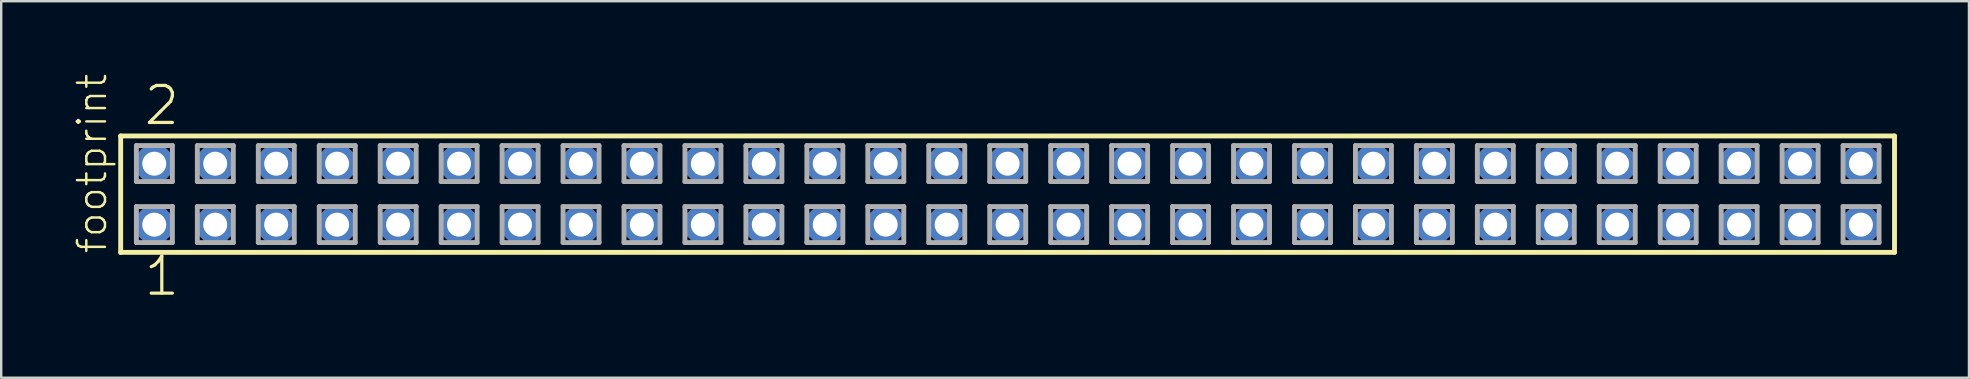
<source format=kicad_pcb>
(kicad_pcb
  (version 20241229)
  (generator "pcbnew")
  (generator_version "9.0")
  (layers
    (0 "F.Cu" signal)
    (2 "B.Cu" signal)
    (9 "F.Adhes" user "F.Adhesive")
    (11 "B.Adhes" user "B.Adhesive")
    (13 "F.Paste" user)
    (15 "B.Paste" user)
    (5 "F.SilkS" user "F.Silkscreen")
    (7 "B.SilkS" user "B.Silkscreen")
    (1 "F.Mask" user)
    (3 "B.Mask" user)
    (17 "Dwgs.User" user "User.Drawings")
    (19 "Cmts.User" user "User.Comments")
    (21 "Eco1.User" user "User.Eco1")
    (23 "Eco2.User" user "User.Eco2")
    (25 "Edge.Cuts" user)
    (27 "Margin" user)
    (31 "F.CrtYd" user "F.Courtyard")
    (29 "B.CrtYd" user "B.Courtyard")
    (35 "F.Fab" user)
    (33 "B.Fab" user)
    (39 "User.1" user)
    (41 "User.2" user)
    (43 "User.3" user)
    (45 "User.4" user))
  (footprint "footprint"
    (layer "F.Cu")
    (at 38.938 5.042)
    (property "Reference" "footprint" (at -37.465 2.54 90) (layer "F.SilkS") (effects (font (size 1.168 1.168) (thickness 0.102)) (justify left bottom)))
    (fp_line (start -36.959 -2.425) (end 36.959 -2.425) (stroke (width 0.203) (type solid)) (layer "F.SilkS"))
    (fp_line (start -36.959 2.425) (end -36.959 -2.425) (stroke (width 0.203) (type solid)) (layer "F.SilkS"))
    (fp_line (start 36.959 -2.425) (end 36.959 2.425) (stroke (width 0.203) (type solid)) (layer "F.SilkS"))
    (fp_line (start 36.959 2.425) (end -36.959 2.425) (stroke (width 0.203) (type solid)) (layer "F.SilkS"))
    (fp_line (start -36.305 -2.025) (end -34.805 -2.025) (stroke (width 0.203) (type solid)) (layer "F.Fab"))
    (fp_line (start -36.305 -0.525) (end -36.305 -2.025) (stroke (width 0.203) (type solid)) (layer "F.Fab"))
    (fp_line (start -36.305 0.515) (end -34.805 0.515) (stroke (width 0.203) (type solid)) (layer "F.Fab"))
    (fp_line (start -36.305 2.015) (end -36.305 0.515) (stroke (width 0.203) (type solid)) (layer "F.Fab"))
    (fp_line (start -34.805 -2.025) (end -34.805 -0.525) (stroke (width 0.203) (type solid)) (layer "F.Fab"))
    (fp_line (start -34.805 -0.525) (end -36.305 -0.525) (stroke (width 0.203) (type solid)) (layer "F.Fab"))
    (fp_line (start -34.805 0.515) (end -34.805 2.015) (stroke (width 0.203) (type solid)) (layer "F.Fab"))
    (fp_line (start -34.805 2.015) (end -36.305 2.015) (stroke (width 0.203) (type solid)) (layer "F.Fab"))
    (fp_line (start -33.765 -2.025) (end -32.265 -2.025) (stroke (width 0.203) (type solid)) (layer "F.Fab"))
    (fp_line (start -33.765 -0.525) (end -33.765 -2.025) (stroke (width 0.203) (type solid)) (layer "F.Fab"))
    (fp_line (start -33.765 0.515) (end -32.265 0.515) (stroke (width 0.203) (type solid)) (layer "F.Fab"))
    (fp_line (start -33.765 2.015) (end -33.765 0.515) (stroke (width 0.203) (type solid)) (layer "F.Fab"))
    (fp_line (start -32.265 -2.025) (end -32.265 -0.525) (stroke (width 0.203) (type solid)) (layer "F.Fab"))
    (fp_line (start -32.265 -0.525) (end -33.765 -0.525) (stroke (width 0.203) (type solid)) (layer "F.Fab"))
    (fp_line (start -32.265 0.515) (end -32.265 2.015) (stroke (width 0.203) (type solid)) (layer "F.Fab"))
    (fp_line (start -32.265 2.015) (end -33.765 2.015) (stroke (width 0.203) (type solid)) (layer "F.Fab"))
    (fp_line (start -31.225 -2.025) (end -29.725 -2.025) (stroke (width 0.203) (type solid)) (layer "F.Fab"))
    (fp_line (start -31.225 -0.525) (end -31.225 -2.025) (stroke (width 0.203) (type solid)) (layer "F.Fab"))
    (fp_line (start -31.225 0.515) (end -29.725 0.515) (stroke (width 0.203) (type solid)) (layer "F.Fab"))
    (fp_line (start -31.225 2.015) (end -31.225 0.515) (stroke (width 0.203) (type solid)) (layer "F.Fab"))
    (fp_line (start -29.725 -2.025) (end -29.725 -0.525) (stroke (width 0.203) (type solid)) (layer "F.Fab"))
    (fp_line (start -29.725 -0.525) (end -31.225 -0.525) (stroke (width 0.203) (type solid)) (layer "F.Fab"))
    (fp_line (start -29.725 0.515) (end -29.725 2.015) (stroke (width 0.203) (type solid)) (layer "F.Fab"))
    (fp_line (start -29.725 2.015) (end -31.225 2.015) (stroke (width 0.203) (type solid)) (layer "F.Fab"))
    (fp_line (start -28.685 -2.025) (end -27.185 -2.025) (stroke (width 0.203) (type solid)) (layer "F.Fab"))
    (fp_line (start -28.685 -0.525) (end -28.685 -2.025) (stroke (width 0.203) (type solid)) (layer "F.Fab"))
    (fp_line (start -28.685 0.515) (end -27.185 0.515) (stroke (width 0.203) (type solid)) (layer "F.Fab"))
    (fp_line (start -28.685 2.015) (end -28.685 0.515) (stroke (width 0.203) (type solid)) (layer "F.Fab"))
    (fp_line (start -27.185 -2.025) (end -27.185 -0.525) (stroke (width 0.203) (type solid)) (layer "F.Fab"))
    (fp_line (start -27.185 -0.525) (end -28.685 -0.525) (stroke (width 0.203) (type solid)) (layer "F.Fab"))
    (fp_line (start -27.185 0.515) (end -27.185 2.015) (stroke (width 0.203) (type solid)) (layer "F.Fab"))
    (fp_line (start -27.185 2.015) (end -28.685 2.015) (stroke (width 0.203) (type solid)) (layer "F.Fab"))
    (fp_line (start -26.145 -2.025) (end -24.645 -2.025) (stroke (width 0.203) (type solid)) (layer "F.Fab"))
    (fp_line (start -26.145 -0.525) (end -26.145 -2.025) (stroke (width 0.203) (type solid)) (layer "F.Fab"))
    (fp_line (start -26.145 0.515) (end -24.645 0.515) (stroke (width 0.203) (type solid)) (layer "F.Fab"))
    (fp_line (start -26.145 2.015) (end -26.145 0.515) (stroke (width 0.203) (type solid)) (layer "F.Fab"))
    (fp_line (start -24.645 -2.025) (end -24.645 -0.525) (stroke (width 0.203) (type solid)) (layer "F.Fab"))
    (fp_line (start -24.645 -0.525) (end -26.145 -0.525) (stroke (width 0.203) (type solid)) (layer "F.Fab"))
    (fp_line (start -24.645 0.515) (end -24.645 2.015) (stroke (width 0.203) (type solid)) (layer "F.Fab"))
    (fp_line (start -24.645 2.015) (end -26.145 2.015) (stroke (width 0.203) (type solid)) (layer "F.Fab"))
    (fp_line (start -23.605 -2.025) (end -22.105 -2.025) (stroke (width 0.203) (type solid)) (layer "F.Fab"))
    (fp_line (start -23.605 -0.525) (end -23.605 -2.025) (stroke (width 0.203) (type solid)) (layer "F.Fab"))
    (fp_line (start -23.605 0.515) (end -22.105 0.515) (stroke (width 0.203) (type solid)) (layer "F.Fab"))
    (fp_line (start -23.605 2.015) (end -23.605 0.515) (stroke (width 0.203) (type solid)) (layer "F.Fab"))
    (fp_line (start -22.105 -2.025) (end -22.105 -0.525) (stroke (width 0.203) (type solid)) (layer "F.Fab"))
    (fp_line (start -22.105 -0.525) (end -23.605 -0.525) (stroke (width 0.203) (type solid)) (layer "F.Fab"))
    (fp_line (start -22.105 0.515) (end -22.105 2.015) (stroke (width 0.203) (type solid)) (layer "F.Fab"))
    (fp_line (start -22.105 2.015) (end -23.605 2.015) (stroke (width 0.203) (type solid)) (layer "F.Fab"))
    (fp_line (start -21.065 -2.025) (end -19.565 -2.025) (stroke (width 0.203) (type solid)) (layer "F.Fab"))
    (fp_line (start -21.065 -0.525) (end -21.065 -2.025) (stroke (width 0.203) (type solid)) (layer "F.Fab"))
    (fp_line (start -21.065 0.515) (end -19.565 0.515) (stroke (width 0.203) (type solid)) (layer "F.Fab"))
    (fp_line (start -21.065 2.015) (end -21.065 0.515) (stroke (width 0.203) (type solid)) (layer "F.Fab"))
    (fp_line (start -19.565 -2.025) (end -19.565 -0.525) (stroke (width 0.203) (type solid)) (layer "F.Fab"))
    (fp_line (start -19.565 -0.525) (end -21.065 -0.525) (stroke (width 0.203) (type solid)) (layer "F.Fab"))
    (fp_line (start -19.565 0.515) (end -19.565 2.015) (stroke (width 0.203) (type solid)) (layer "F.Fab"))
    (fp_line (start -19.565 2.015) (end -21.065 2.015) (stroke (width 0.203) (type solid)) (layer "F.Fab"))
    (fp_line (start -18.525 -2.025) (end -17.025 -2.025) (stroke (width 0.203) (type solid)) (layer "F.Fab"))
    (fp_line (start -18.525 -0.525) (end -18.525 -2.025) (stroke (width 0.203) (type solid)) (layer "F.Fab"))
    (fp_line (start -18.525 0.515) (end -17.025 0.515) (stroke (width 0.203) (type solid)) (layer "F.Fab"))
    (fp_line (start -18.525 2.015) (end -18.525 0.515) (stroke (width 0.203) (type solid)) (layer "F.Fab"))
    (fp_line (start -17.025 -2.025) (end -17.025 -0.525) (stroke (width 0.203) (type solid)) (layer "F.Fab"))
    (fp_line (start -17.025 -0.525) (end -18.525 -0.525) (stroke (width 0.203) (type solid)) (layer "F.Fab"))
    (fp_line (start -17.025 0.515) (end -17.025 2.015) (stroke (width 0.203) (type solid)) (layer "F.Fab"))
    (fp_line (start -17.025 2.015) (end -18.525 2.015) (stroke (width 0.203) (type solid)) (layer "F.Fab"))
    (fp_line (start -15.985 -2.025) (end -14.485 -2.025) (stroke (width 0.203) (type solid)) (layer "F.Fab"))
    (fp_line (start -15.985 -0.525) (end -15.985 -2.025) (stroke (width 0.203) (type solid)) (layer "F.Fab"))
    (fp_line (start -15.985 0.515) (end -14.485 0.515) (stroke (width 0.203) (type solid)) (layer "F.Fab"))
    (fp_line (start -15.985 2.015) (end -15.985 0.515) (stroke (width 0.203) (type solid)) (layer "F.Fab"))
    (fp_line (start -14.485 -2.025) (end -14.485 -0.525) (stroke (width 0.203) (type solid)) (layer "F.Fab"))
    (fp_line (start -14.485 -0.525) (end -15.985 -0.525) (stroke (width 0.203) (type solid)) (layer "F.Fab"))
    (fp_line (start -14.485 0.515) (end -14.485 2.015) (stroke (width 0.203) (type solid)) (layer "F.Fab"))
    (fp_line (start -14.485 2.015) (end -15.985 2.015) (stroke (width 0.203) (type solid)) (layer "F.Fab"))
    (fp_line (start -13.445 -2.025) (end -11.945 -2.025) (stroke (width 0.203) (type solid)) (layer "F.Fab"))
    (fp_line (start -13.445 -0.525) (end -13.445 -2.025) (stroke (width 0.203) (type solid)) (layer "F.Fab"))
    (fp_line (start -13.445 0.515) (end -11.945 0.515) (stroke (width 0.203) (type solid)) (layer "F.Fab"))
    (fp_line (start -13.445 2.015) (end -13.445 0.515) (stroke (width 0.203) (type solid)) (layer "F.Fab"))
    (fp_line (start -11.945 -2.025) (end -11.945 -0.525) (stroke (width 0.203) (type solid)) (layer "F.Fab"))
    (fp_line (start -11.945 -0.525) (end -13.445 -0.525) (stroke (width 0.203) (type solid)) (layer "F.Fab"))
    (fp_line (start -11.945 0.515) (end -11.945 2.015) (stroke (width 0.203) (type solid)) (layer "F.Fab"))
    (fp_line (start -11.945 2.015) (end -13.445 2.015) (stroke (width 0.203) (type solid)) (layer "F.Fab"))
    (fp_line (start -10.905 -2.025) (end -9.405 -2.025) (stroke (width 0.203) (type solid)) (layer "F.Fab"))
    (fp_line (start -10.905 -0.525) (end -10.905 -2.025) (stroke (width 0.203) (type solid)) (layer "F.Fab"))
    (fp_line (start -10.905 0.515) (end -9.405 0.515) (stroke (width 0.203) (type solid)) (layer "F.Fab"))
    (fp_line (start -10.905 2.015) (end -10.905 0.515) (stroke (width 0.203) (type solid)) (layer "F.Fab"))
    (fp_line (start -9.405 -2.025) (end -9.405 -0.525) (stroke (width 0.203) (type solid)) (layer "F.Fab"))
    (fp_line (start -9.405 -0.525) (end -10.905 -0.525) (stroke (width 0.203) (type solid)) (layer "F.Fab"))
    (fp_line (start -9.405 0.515) (end -9.405 2.015) (stroke (width 0.203) (type solid)) (layer "F.Fab"))
    (fp_line (start -9.405 2.015) (end -10.905 2.015) (stroke (width 0.203) (type solid)) (layer "F.Fab"))
    (fp_line (start -8.365 -2.025) (end -6.865 -2.025) (stroke (width 0.203) (type solid)) (layer "F.Fab"))
    (fp_line (start -8.365 -0.525) (end -8.365 -2.025) (stroke (width 0.203) (type solid)) (layer "F.Fab"))
    (fp_line (start -8.365 0.515) (end -6.865 0.515) (stroke (width 0.203) (type solid)) (layer "F.Fab"))
    (fp_line (start -8.365 2.015) (end -8.365 0.515) (stroke (width 0.203) (type solid)) (layer "F.Fab"))
    (fp_line (start -6.865 -2.025) (end -6.865 -0.525) (stroke (width 0.203) (type solid)) (layer "F.Fab"))
    (fp_line (start -6.865 -0.525) (end -8.365 -0.525) (stroke (width 0.203) (type solid)) (layer "F.Fab"))
    (fp_line (start -6.865 0.515) (end -6.865 2.015) (stroke (width 0.203) (type solid)) (layer "F.Fab"))
    (fp_line (start -6.865 2.015) (end -8.365 2.015) (stroke (width 0.203) (type solid)) (layer "F.Fab"))
    (fp_line (start -5.825 -2.025) (end -4.325 -2.025) (stroke (width 0.203) (type solid)) (layer "F.Fab"))
    (fp_line (start -5.825 -0.525) (end -5.825 -2.025) (stroke (width 0.203) (type solid)) (layer "F.Fab"))
    (fp_line (start -5.825 0.515) (end -4.325 0.515) (stroke (width 0.203) (type solid)) (layer "F.Fab"))
    (fp_line (start -5.825 2.015) (end -5.825 0.515) (stroke (width 0.203) (type solid)) (layer "F.Fab"))
    (fp_line (start -4.325 -2.025) (end -4.325 -0.525) (stroke (width 0.203) (type solid)) (layer "F.Fab"))
    (fp_line (start -4.325 -0.525) (end -5.825 -0.525) (stroke (width 0.203) (type solid)) (layer "F.Fab"))
    (fp_line (start -4.325 0.515) (end -4.325 2.015) (stroke (width 0.203) (type solid)) (layer "F.Fab"))
    (fp_line (start -4.325 2.015) (end -5.825 2.015) (stroke (width 0.203) (type solid)) (layer "F.Fab"))
    (fp_line (start -3.285 -2.025) (end -1.785 -2.025) (stroke (width 0.203) (type solid)) (layer "F.Fab"))
    (fp_line (start -3.285 -0.525) (end -3.285 -2.025) (stroke (width 0.203) (type solid)) (layer "F.Fab"))
    (fp_line (start -3.285 0.515) (end -1.785 0.515) (stroke (width 0.203) (type solid)) (layer "F.Fab"))
    (fp_line (start -3.285 2.015) (end -3.285 0.515) (stroke (width 0.203) (type solid)) (layer "F.Fab"))
    (fp_line (start -1.785 -2.025) (end -1.785 -0.525) (stroke (width 0.203) (type solid)) (layer "F.Fab"))
    (fp_line (start -1.785 -0.525) (end -3.285 -0.525) (stroke (width 0.203) (type solid)) (layer "F.Fab"))
    (fp_line (start -1.785 0.515) (end -1.785 2.015) (stroke (width 0.203) (type solid)) (layer "F.Fab"))
    (fp_line (start -1.785 2.015) (end -3.285 2.015) (stroke (width 0.203) (type solid)) (layer "F.Fab"))
    (fp_line (start -0.745 -2.025) (end 0.755 -2.025) (stroke (width 0.203) (type solid)) (layer "F.Fab"))
    (fp_line (start -0.745 -0.525) (end -0.745 -2.025) (stroke (width 0.203) (type solid)) (layer "F.Fab"))
    (fp_line (start -0.745 0.515) (end 0.755 0.515) (stroke (width 0.203) (type solid)) (layer "F.Fab"))
    (fp_line (start -0.745 2.015) (end -0.745 0.515) (stroke (width 0.203) (type solid)) (layer "F.Fab"))
    (fp_line (start 0.755 -2.025) (end 0.755 -0.525) (stroke (width 0.203) (type solid)) (layer "F.Fab"))
    (fp_line (start 0.755 -0.525) (end -0.745 -0.525) (stroke (width 0.203) (type solid)) (layer "F.Fab"))
    (fp_line (start 0.755 0.515) (end 0.755 2.015) (stroke (width 0.203) (type solid)) (layer "F.Fab"))
    (fp_line (start 0.755 2.015) (end -0.745 2.015) (stroke (width 0.203) (type solid)) (layer "F.Fab"))
    (fp_line (start 1.795 -2.025) (end 3.295 -2.025) (stroke (width 0.203) (type solid)) (layer "F.Fab"))
    (fp_line (start 1.795 -0.525) (end 1.795 -2.025) (stroke (width 0.203) (type solid)) (layer "F.Fab"))
    (fp_line (start 1.795 0.515) (end 3.295 0.515) (stroke (width 0.203) (type solid)) (layer "F.Fab"))
    (fp_line (start 1.795 2.015) (end 1.795 0.515) (stroke (width 0.203) (type solid)) (layer "F.Fab"))
    (fp_line (start 3.295 -2.025) (end 3.295 -0.525) (stroke (width 0.203) (type solid)) (layer "F.Fab"))
    (fp_line (start 3.295 -0.525) (end 1.795 -0.525) (stroke (width 0.203) (type solid)) (layer "F.Fab"))
    (fp_line (start 3.295 0.515) (end 3.295 2.015) (stroke (width 0.203) (type solid)) (layer "F.Fab"))
    (fp_line (start 3.295 2.015) (end 1.795 2.015) (stroke (width 0.203) (type solid)) (layer "F.Fab"))
    (fp_line (start 4.335 -2.025) (end 5.835 -2.025) (stroke (width 0.203) (type solid)) (layer "F.Fab"))
    (fp_line (start 4.335 -0.525) (end 4.335 -2.025) (stroke (width 0.203) (type solid)) (layer "F.Fab"))
    (fp_line (start 4.335 0.515) (end 5.835 0.515) (stroke (width 0.203) (type solid)) (layer "F.Fab"))
    (fp_line (start 4.335 2.015) (end 4.335 0.515) (stroke (width 0.203) (type solid)) (layer "F.Fab"))
    (fp_line (start 5.835 -2.025) (end 5.835 -0.525) (stroke (width 0.203) (type solid)) (layer "F.Fab"))
    (fp_line (start 5.835 -0.525) (end 4.335 -0.525) (stroke (width 0.203) (type solid)) (layer "F.Fab"))
    (fp_line (start 5.835 0.515) (end 5.835 2.015) (stroke (width 0.203) (type solid)) (layer "F.Fab"))
    (fp_line (start 5.835 2.015) (end 4.335 2.015) (stroke (width 0.203) (type solid)) (layer "F.Fab"))
    (fp_line (start 6.875 -2.025) (end 8.375 -2.025) (stroke (width 0.203) (type solid)) (layer "F.Fab"))
    (fp_line (start 6.875 -0.525) (end 6.875 -2.025) (stroke (width 0.203) (type solid)) (layer "F.Fab"))
    (fp_line (start 6.875 0.515) (end 8.375 0.515) (stroke (width 0.203) (type solid)) (layer "F.Fab"))
    (fp_line (start 6.875 2.015) (end 6.875 0.515) (stroke (width 0.203) (type solid)) (layer "F.Fab"))
    (fp_line (start 8.375 -2.025) (end 8.375 -0.525) (stroke (width 0.203) (type solid)) (layer "F.Fab"))
    (fp_line (start 8.375 -0.525) (end 6.875 -0.525) (stroke (width 0.203) (type solid)) (layer "F.Fab"))
    (fp_line (start 8.375 0.515) (end 8.375 2.015) (stroke (width 0.203) (type solid)) (layer "F.Fab"))
    (fp_line (start 8.375 2.015) (end 6.875 2.015) (stroke (width 0.203) (type solid)) (layer "F.Fab"))
    (fp_line (start 9.415 -2.025) (end 10.915 -2.025) (stroke (width 0.203) (type solid)) (layer "F.Fab"))
    (fp_line (start 9.415 -0.525) (end 9.415 -2.025) (stroke (width 0.203) (type solid)) (layer "F.Fab"))
    (fp_line (start 9.415 0.515) (end 10.915 0.515) (stroke (width 0.203) (type solid)) (layer "F.Fab"))
    (fp_line (start 9.415 2.015) (end 9.415 0.515) (stroke (width 0.203) (type solid)) (layer "F.Fab"))
    (fp_line (start 10.915 -2.025) (end 10.915 -0.525) (stroke (width 0.203) (type solid)) (layer "F.Fab"))
    (fp_line (start 10.915 -0.525) (end 9.415 -0.525) (stroke (width 0.203) (type solid)) (layer "F.Fab"))
    (fp_line (start 10.915 0.515) (end 10.915 2.015) (stroke (width 0.203) (type solid)) (layer "F.Fab"))
    (fp_line (start 10.915 2.015) (end 9.415 2.015) (stroke (width 0.203) (type solid)) (layer "F.Fab"))
    (fp_line (start 11.955 -2.025) (end 13.455 -2.025) (stroke (width 0.203) (type solid)) (layer "F.Fab"))
    (fp_line (start 11.955 -0.525) (end 11.955 -2.025) (stroke (width 0.203) (type solid)) (layer "F.Fab"))
    (fp_line (start 11.955 0.515) (end 13.455 0.515) (stroke (width 0.203) (type solid)) (layer "F.Fab"))
    (fp_line (start 11.955 2.015) (end 11.955 0.515) (stroke (width 0.203) (type solid)) (layer "F.Fab"))
    (fp_line (start 13.455 -2.025) (end 13.455 -0.525) (stroke (width 0.203) (type solid)) (layer "F.Fab"))
    (fp_line (start 13.455 -0.525) (end 11.955 -0.525) (stroke (width 0.203) (type solid)) (layer "F.Fab"))
    (fp_line (start 13.455 0.515) (end 13.455 2.015) (stroke (width 0.203) (type solid)) (layer "F.Fab"))
    (fp_line (start 13.455 2.015) (end 11.955 2.015) (stroke (width 0.203) (type solid)) (layer "F.Fab"))
    (fp_line (start 14.495 -2.025) (end 15.995 -2.025) (stroke (width 0.203) (type solid)) (layer "F.Fab"))
    (fp_line (start 14.495 -0.525) (end 14.495 -2.025) (stroke (width 0.203) (type solid)) (layer "F.Fab"))
    (fp_line (start 14.495 0.515) (end 15.995 0.515) (stroke (width 0.203) (type solid)) (layer "F.Fab"))
    (fp_line (start 14.495 2.015) (end 14.495 0.515) (stroke (width 0.203) (type solid)) (layer "F.Fab"))
    (fp_line (start 15.995 -2.025) (end 15.995 -0.525) (stroke (width 0.203) (type solid)) (layer "F.Fab"))
    (fp_line (start 15.995 -0.525) (end 14.495 -0.525) (stroke (width 0.203) (type solid)) (layer "F.Fab"))
    (fp_line (start 15.995 0.515) (end 15.995 2.015) (stroke (width 0.203) (type solid)) (layer "F.Fab"))
    (fp_line (start 15.995 2.015) (end 14.495 2.015) (stroke (width 0.203) (type solid)) (layer "F.Fab"))
    (fp_line (start 17.035 -2.025) (end 18.535 -2.025) (stroke (width 0.203) (type solid)) (layer "F.Fab"))
    (fp_line (start 17.035 -0.525) (end 17.035 -2.025) (stroke (width 0.203) (type solid)) (layer "F.Fab"))
    (fp_line (start 17.035 0.515) (end 18.535 0.515) (stroke (width 0.203) (type solid)) (layer "F.Fab"))
    (fp_line (start 17.035 2.015) (end 17.035 0.515) (stroke (width 0.203) (type solid)) (layer "F.Fab"))
    (fp_line (start 18.535 -2.025) (end 18.535 -0.525) (stroke (width 0.203) (type solid)) (layer "F.Fab"))
    (fp_line (start 18.535 -0.525) (end 17.035 -0.525) (stroke (width 0.203) (type solid)) (layer "F.Fab"))
    (fp_line (start 18.535 0.515) (end 18.535 2.015) (stroke (width 0.203) (type solid)) (layer "F.Fab"))
    (fp_line (start 18.535 2.015) (end 17.035 2.015) (stroke (width 0.203) (type solid)) (layer "F.Fab"))
    (fp_line (start 19.575 -2.025) (end 21.075 -2.025) (stroke (width 0.203) (type solid)) (layer "F.Fab"))
    (fp_line (start 19.575 -0.525) (end 19.575 -2.025) (stroke (width 0.203) (type solid)) (layer "F.Fab"))
    (fp_line (start 19.575 0.515) (end 21.075 0.515) (stroke (width 0.203) (type solid)) (layer "F.Fab"))
    (fp_line (start 19.575 2.015) (end 19.575 0.515) (stroke (width 0.203) (type solid)) (layer "F.Fab"))
    (fp_line (start 21.075 -2.025) (end 21.075 -0.525) (stroke (width 0.203) (type solid)) (layer "F.Fab"))
    (fp_line (start 21.075 -0.525) (end 19.575 -0.525) (stroke (width 0.203) (type solid)) (layer "F.Fab"))
    (fp_line (start 21.075 0.515) (end 21.075 2.015) (stroke (width 0.203) (type solid)) (layer "F.Fab"))
    (fp_line (start 21.075 2.015) (end 19.575 2.015) (stroke (width 0.203) (type solid)) (layer "F.Fab"))
    (fp_line (start 22.115 -2.025) (end 23.615 -2.025) (stroke (width 0.203) (type solid)) (layer "F.Fab"))
    (fp_line (start 22.115 -0.525) (end 22.115 -2.025) (stroke (width 0.203) (type solid)) (layer "F.Fab"))
    (fp_line (start 22.115 0.515) (end 23.615 0.515) (stroke (width 0.203) (type solid)) (layer "F.Fab"))
    (fp_line (start 22.115 2.015) (end 22.115 0.515) (stroke (width 0.203) (type solid)) (layer "F.Fab"))
    (fp_line (start 23.615 -2.025) (end 23.615 -0.525) (stroke (width 0.203) (type solid)) (layer "F.Fab"))
    (fp_line (start 23.615 -0.525) (end 22.115 -0.525) (stroke (width 0.203) (type solid)) (layer "F.Fab"))
    (fp_line (start 23.615 0.515) (end 23.615 2.015) (stroke (width 0.203) (type solid)) (layer "F.Fab"))
    (fp_line (start 23.615 2.015) (end 22.115 2.015) (stroke (width 0.203) (type solid)) (layer "F.Fab"))
    (fp_line (start 24.655 -2.025) (end 26.155 -2.025) (stroke (width 0.203) (type solid)) (layer "F.Fab"))
    (fp_line (start 24.655 -0.525) (end 24.655 -2.025) (stroke (width 0.203) (type solid)) (layer "F.Fab"))
    (fp_line (start 24.655 0.515) (end 26.155 0.515) (stroke (width 0.203) (type solid)) (layer "F.Fab"))
    (fp_line (start 24.655 2.015) (end 24.655 0.515) (stroke (width 0.203) (type solid)) (layer "F.Fab"))
    (fp_line (start 26.155 -2.025) (end 26.155 -0.525) (stroke (width 0.203) (type solid)) (layer "F.Fab"))
    (fp_line (start 26.155 -0.525) (end 24.655 -0.525) (stroke (width 0.203) (type solid)) (layer "F.Fab"))
    (fp_line (start 26.155 0.515) (end 26.155 2.015) (stroke (width 0.203) (type solid)) (layer "F.Fab"))
    (fp_line (start 26.155 2.015) (end 24.655 2.015) (stroke (width 0.203) (type solid)) (layer "F.Fab"))
    (fp_line (start 27.195 -2.025) (end 28.695 -2.025) (stroke (width 0.203) (type solid)) (layer "F.Fab"))
    (fp_line (start 27.195 -0.525) (end 27.195 -2.025) (stroke (width 0.203) (type solid)) (layer "F.Fab"))
    (fp_line (start 27.195 0.515) (end 28.695 0.515) (stroke (width 0.203) (type solid)) (layer "F.Fab"))
    (fp_line (start 27.195 2.015) (end 27.195 0.515) (stroke (width 0.203) (type solid)) (layer "F.Fab"))
    (fp_line (start 28.695 -2.025) (end 28.695 -0.525) (stroke (width 0.203) (type solid)) (layer "F.Fab"))
    (fp_line (start 28.695 -0.525) (end 27.195 -0.525) (stroke (width 0.203) (type solid)) (layer "F.Fab"))
    (fp_line (start 28.695 0.515) (end 28.695 2.015) (stroke (width 0.203) (type solid)) (layer "F.Fab"))
    (fp_line (start 28.695 2.015) (end 27.195 2.015) (stroke (width 0.203) (type solid)) (layer "F.Fab"))
    (fp_line (start 29.735 -2.025) (end 31.235 -2.025) (stroke (width 0.203) (type solid)) (layer "F.Fab"))
    (fp_line (start 29.735 -0.525) (end 29.735 -2.025) (stroke (width 0.203) (type solid)) (layer "F.Fab"))
    (fp_line (start 29.735 0.515) (end 31.235 0.515) (stroke (width 0.203) (type solid)) (layer "F.Fab"))
    (fp_line (start 29.735 2.015) (end 29.735 0.515) (stroke (width 0.203) (type solid)) (layer "F.Fab"))
    (fp_line (start 31.235 -2.025) (end 31.235 -0.525) (stroke (width 0.203) (type solid)) (layer "F.Fab"))
    (fp_line (start 31.235 -0.525) (end 29.735 -0.525) (stroke (width 0.203) (type solid)) (layer "F.Fab"))
    (fp_line (start 31.235 0.515) (end 31.235 2.015) (stroke (width 0.203) (type solid)) (layer "F.Fab"))
    (fp_line (start 31.235 2.015) (end 29.735 2.015) (stroke (width 0.203) (type solid)) (layer "F.Fab"))
    (fp_line (start 32.275 -2.025) (end 33.775 -2.025) (stroke (width 0.203) (type solid)) (layer "F.Fab"))
    (fp_line (start 32.275 -0.525) (end 32.275 -2.025) (stroke (width 0.203) (type solid)) (layer "F.Fab"))
    (fp_line (start 32.275 0.515) (end 33.775 0.515) (stroke (width 0.203) (type solid)) (layer "F.Fab"))
    (fp_line (start 32.275 2.015) (end 32.275 0.515) (stroke (width 0.203) (type solid)) (layer "F.Fab"))
    (fp_line (start 33.775 -2.025) (end 33.775 -0.525) (stroke (width 0.203) (type solid)) (layer "F.Fab"))
    (fp_line (start 33.775 -0.525) (end 32.275 -0.525) (stroke (width 0.203) (type solid)) (layer "F.Fab"))
    (fp_line (start 33.775 0.515) (end 33.775 2.015) (stroke (width 0.203) (type solid)) (layer "F.Fab"))
    (fp_line (start 33.775 2.015) (end 32.275 2.015) (stroke (width 0.203) (type solid)) (layer "F.Fab"))
    (fp_line (start 34.815 -2.025) (end 36.315 -2.025) (stroke (width 0.203) (type solid)) (layer "F.Fab"))
    (fp_line (start 34.815 -0.525) (end 34.815 -2.025) (stroke (width 0.203) (type solid)) (layer "F.Fab"))
    (fp_line (start 34.815 0.515) (end 36.315 0.515) (stroke (width 0.203) (type solid)) (layer "F.Fab"))
    (fp_line (start 34.815 2.015) (end 34.815 0.515) (stroke (width 0.203) (type solid)) (layer "F.Fab"))
    (fp_line (start 36.315 -2.025) (end 36.315 -0.525) (stroke (width 0.203) (type solid)) (layer "F.Fab"))
    (fp_line (start 36.315 -0.525) (end 34.815 -0.525) (stroke (width 0.203) (type solid)) (layer "F.Fab"))
    (fp_line (start 36.315 0.515) (end 36.315 2.015) (stroke (width 0.203) (type solid)) (layer "F.Fab"))
    (fp_line (start 36.315 2.015) (end 34.815 2.015) (stroke (width 0.203) (type solid)) (layer "F.Fab"))
    (fp_text user "1" (at -36.068 4.318 0) (layer "F.SilkS") (effects (font (size 1.542 1.542) (thickness 0.134)) (justify left bottom)))
    (fp_text user "2" (at -36.068 -2.794 0) (layer "F.SilkS") (effects (font (size 1.542 1.542) (thickness 0.134)) (justify left bottom)))
    (pad "1" thru_hole roundrect (at -35.56 1.27) (size 1.5 1.5) (drill 1) (layers "*.Cu" "*.Mask") (roundrect_rratio 0.25) (chamfer_ratio 0.25) (chamfer top_left top_right bottom_left bottom_right))
    (pad "2" thru_hole roundrect (at -35.56 -1.27) (size 1.5 1.5) (drill 1) (layers "*.Cu" "*.Mask") (roundrect_rratio 0.25) (chamfer_ratio 0.25) (chamfer top_left top_right bottom_left bottom_right))
    (pad "3" thru_hole roundrect (at -33.02 1.27) (size 1.5 1.5) (drill 1) (layers "*.Cu" "*.Mask") (roundrect_rratio 0.25) (chamfer_ratio 0.25) (chamfer top_left top_right bottom_left bottom_right))
    (pad "4" thru_hole roundrect (at -33.02 -1.27) (size 1.5 1.5) (drill 1) (layers "*.Cu" "*.Mask") (roundrect_rratio 0.25) (chamfer_ratio 0.25) (chamfer top_left top_right bottom_left bottom_right))
    (pad "5" thru_hole roundrect (at -30.48 1.27) (size 1.5 1.5) (drill 1) (layers "*.Cu" "*.Mask") (roundrect_rratio 0.25) (chamfer_ratio 0.25) (chamfer top_left top_right bottom_left bottom_right))
    (pad "6" thru_hole roundrect (at -30.48 -1.27) (size 1.5 1.5) (drill 1) (layers "*.Cu" "*.Mask") (roundrect_rratio 0.25) (chamfer_ratio 0.25) (chamfer top_left top_right bottom_left bottom_right))
    (pad "7" thru_hole roundrect (at -27.94 1.27) (size 1.5 1.5) (drill 1) (layers "*.Cu" "*.Mask") (roundrect_rratio 0.25) (chamfer_ratio 0.25) (chamfer top_left top_right bottom_left bottom_right))
    (pad "8" thru_hole roundrect (at -27.94 -1.27) (size 1.5 1.5) (drill 1) (layers "*.Cu" "*.Mask") (roundrect_rratio 0.25) (chamfer_ratio 0.25) (chamfer top_left top_right bottom_left bottom_right))
    (pad "9" thru_hole roundrect (at -25.4 1.27) (size 1.5 1.5) (drill 1) (layers "*.Cu" "*.Mask") (roundrect_rratio 0.25) (chamfer_ratio 0.25) (chamfer top_left top_right bottom_left bottom_right))
    (pad "10" thru_hole roundrect (at -25.4 -1.27) (size 1.5 1.5) (drill 1) (layers "*.Cu" "*.Mask") (roundrect_rratio 0.25) (chamfer_ratio 0.25) (chamfer top_left top_right bottom_left bottom_right))
    (pad "11" thru_hole roundrect (at -22.86 1.27) (size 1.5 1.5) (drill 1) (layers "*.Cu" "*.Mask") (roundrect_rratio 0.25) (chamfer_ratio 0.25) (chamfer top_left top_right bottom_left bottom_right))
    (pad "12" thru_hole roundrect (at -22.86 -1.27) (size 1.5 1.5) (drill 1) (layers "*.Cu" "*.Mask") (roundrect_rratio 0.25) (chamfer_ratio 0.25) (chamfer top_left top_right bottom_left bottom_right))
    (pad "13" thru_hole roundrect (at -20.32 1.27) (size 1.5 1.5) (drill 1) (layers "*.Cu" "*.Mask") (roundrect_rratio 0.25) (chamfer_ratio 0.25) (chamfer top_left top_right bottom_left bottom_right))
    (pad "14" thru_hole roundrect (at -20.32 -1.27) (size 1.5 1.5) (drill 1) (layers "*.Cu" "*.Mask") (roundrect_rratio 0.25) (chamfer_ratio 0.25) (chamfer top_left top_right bottom_left bottom_right))
    (pad "15" thru_hole roundrect (at -17.78 1.27) (size 1.5 1.5) (drill 1) (layers "*.Cu" "*.Mask") (roundrect_rratio 0.25) (chamfer_ratio 0.25) (chamfer top_left top_right bottom_left bottom_right))
    (pad "16" thru_hole roundrect (at -17.78 -1.27) (size 1.5 1.5) (drill 1) (layers "*.Cu" "*.Mask") (roundrect_rratio 0.25) (chamfer_ratio 0.25) (chamfer top_left top_right bottom_left bottom_right))
    (pad "17" thru_hole roundrect (at -15.24 1.27) (size 1.5 1.5) (drill 1) (layers "*.Cu" "*.Mask") (roundrect_rratio 0.25) (chamfer_ratio 0.25) (chamfer top_left top_right bottom_left bottom_right))
    (pad "18" thru_hole roundrect (at -15.24 -1.27) (size 1.5 1.5) (drill 1) (layers "*.Cu" "*.Mask") (roundrect_rratio 0.25) (chamfer_ratio 0.25) (chamfer top_left top_right bottom_left bottom_right))
    (pad "19" thru_hole roundrect (at -12.7 1.27) (size 1.5 1.5) (drill 1) (layers "*.Cu" "*.Mask") (roundrect_rratio 0.25) (chamfer_ratio 0.25) (chamfer top_left top_right bottom_left bottom_right))
    (pad "20" thru_hole roundrect (at -12.7 -1.27) (size 1.5 1.5) (drill 1) (layers "*.Cu" "*.Mask") (roundrect_rratio 0.25) (chamfer_ratio 0.25) (chamfer top_left top_right bottom_left bottom_right))
    (pad "21" thru_hole roundrect (at -10.16 1.27) (size 1.5 1.5) (drill 1) (layers "*.Cu" "*.Mask") (roundrect_rratio 0.25) (chamfer_ratio 0.25) (chamfer top_left top_right bottom_left bottom_right))
    (pad "22" thru_hole roundrect (at -10.16 -1.27) (size 1.5 1.5) (drill 1) (layers "*.Cu" "*.Mask") (roundrect_rratio 0.25) (chamfer_ratio 0.25) (chamfer top_left top_right bottom_left bottom_right))
    (pad "23" thru_hole roundrect (at -7.62 1.27) (size 1.5 1.5) (drill 1) (layers "*.Cu" "*.Mask") (roundrect_rratio 0.25) (chamfer_ratio 0.25) (chamfer top_left top_right bottom_left bottom_right))
    (pad "24" thru_hole roundrect (at -7.62 -1.27) (size 1.5 1.5) (drill 1) (layers "*.Cu" "*.Mask") (roundrect_rratio 0.25) (chamfer_ratio 0.25) (chamfer top_left top_right bottom_left bottom_right))
    (pad "25" thru_hole roundrect (at -5.08 1.27) (size 1.5 1.5) (drill 1) (layers "*.Cu" "*.Mask") (roundrect_rratio 0.25) (chamfer_ratio 0.25) (chamfer top_left top_right bottom_left bottom_right))
    (pad "26" thru_hole roundrect (at -5.08 -1.27) (size 1.5 1.5) (drill 1) (layers "*.Cu" "*.Mask") (roundrect_rratio 0.25) (chamfer_ratio 0.25) (chamfer top_left top_right bottom_left bottom_right))
    (pad "27" thru_hole roundrect (at -2.54 1.27) (size 1.5 1.5) (drill 1) (layers "*.Cu" "*.Mask") (roundrect_rratio 0.25) (chamfer_ratio 0.25) (chamfer top_left top_right bottom_left bottom_right))
    (pad "28" thru_hole roundrect (at -2.54 -1.27) (size 1.5 1.5) (drill 1) (layers "*.Cu" "*.Mask") (roundrect_rratio 0.25) (chamfer_ratio 0.25) (chamfer top_left top_right bottom_left bottom_right))
    (pad "29" thru_hole roundrect (at 0 1.27) (size 1.5 1.5) (drill 1) (layers "*.Cu" "*.Mask") (roundrect_rratio 0.25) (chamfer_ratio 0.25) (chamfer top_left top_right bottom_left bottom_right))
    (pad "30" thru_hole roundrect (at 0 -1.27) (size 1.5 1.5) (drill 1) (layers "*.Cu" "*.Mask") (roundrect_rratio 0.25) (chamfer_ratio 0.25) (chamfer top_left top_right bottom_left bottom_right))
    (pad "31" thru_hole roundrect (at 2.54 1.27) (size 1.5 1.5) (drill 1) (layers "*.Cu" "*.Mask") (roundrect_rratio 0.25) (chamfer_ratio 0.25) (chamfer top_left top_right bottom_left bottom_right))
    (pad "32" thru_hole roundrect (at 2.54 -1.27) (size 1.5 1.5) (drill 1) (layers "*.Cu" "*.Mask") (roundrect_rratio 0.25) (chamfer_ratio 0.25) (chamfer top_left top_right bottom_left bottom_right))
    (pad "33" thru_hole roundrect (at 5.08 1.27) (size 1.5 1.5) (drill 1) (layers "*.Cu" "*.Mask") (roundrect_rratio 0.25) (chamfer_ratio 0.25) (chamfer top_left top_right bottom_left bottom_right))
    (pad "34" thru_hole roundrect (at 5.08 -1.27) (size 1.5 1.5) (drill 1) (layers "*.Cu" "*.Mask") (roundrect_rratio 0.25) (chamfer_ratio 0.25) (chamfer top_left top_right bottom_left bottom_right))
    (pad "35" thru_hole roundrect (at 7.62 1.27) (size 1.5 1.5) (drill 1) (layers "*.Cu" "*.Mask") (roundrect_rratio 0.25) (chamfer_ratio 0.25) (chamfer top_left top_right bottom_left bottom_right))
    (pad "36" thru_hole roundrect (at 7.62 -1.27) (size 1.5 1.5) (drill 1) (layers "*.Cu" "*.Mask") (roundrect_rratio 0.25) (chamfer_ratio 0.25) (chamfer top_left top_right bottom_left bottom_right))
    (pad "37" thru_hole roundrect (at 10.16 1.27) (size 1.5 1.5) (drill 1) (layers "*.Cu" "*.Mask") (roundrect_rratio 0.25) (chamfer_ratio 0.25) (chamfer top_left top_right bottom_left bottom_right))
    (pad "38" thru_hole roundrect (at 10.16 -1.27) (size 1.5 1.5) (drill 1) (layers "*.Cu" "*.Mask") (roundrect_rratio 0.25) (chamfer_ratio 0.25) (chamfer top_left top_right bottom_left bottom_right))
    (pad "39" thru_hole roundrect (at 12.7 1.27) (size 1.5 1.5) (drill 1) (layers "*.Cu" "*.Mask") (roundrect_rratio 0.25) (chamfer_ratio 0.25) (chamfer top_left top_right bottom_left bottom_right))
    (pad "40" thru_hole roundrect (at 12.7 -1.27) (size 1.5 1.5) (drill 1) (layers "*.Cu" "*.Mask") (roundrect_rratio 0.25) (chamfer_ratio 0.25) (chamfer top_left top_right bottom_left bottom_right))
    (pad "41" thru_hole roundrect (at 15.24 1.27) (size 1.5 1.5) (drill 1) (layers "*.Cu" "*.Mask") (roundrect_rratio 0.25) (chamfer_ratio 0.25) (chamfer top_left top_right bottom_left bottom_right))
    (pad "42" thru_hole roundrect (at 15.24 -1.27) (size 1.5 1.5) (drill 1) (layers "*.Cu" "*.Mask") (roundrect_rratio 0.25) (chamfer_ratio 0.25) (chamfer top_left top_right bottom_left bottom_right))
    (pad "43" thru_hole roundrect (at 17.78 1.27) (size 1.5 1.5) (drill 1) (layers "*.Cu" "*.Mask") (roundrect_rratio 0.25) (chamfer_ratio 0.25) (chamfer top_left top_right bottom_left bottom_right))
    (pad "44" thru_hole roundrect (at 17.78 -1.27) (size 1.5 1.5) (drill 1) (layers "*.Cu" "*.Mask") (roundrect_rratio 0.25) (chamfer_ratio 0.25) (chamfer top_left top_right bottom_left bottom_right))
    (pad "45" thru_hole roundrect (at 20.32 1.27) (size 1.5 1.5) (drill 1) (layers "*.Cu" "*.Mask") (roundrect_rratio 0.25) (chamfer_ratio 0.25) (chamfer top_left top_right bottom_left bottom_right))
    (pad "46" thru_hole roundrect (at 20.32 -1.27) (size 1.5 1.5) (drill 1) (layers "*.Cu" "*.Mask") (roundrect_rratio 0.25) (chamfer_ratio 0.25) (chamfer top_left top_right bottom_left bottom_right))
    (pad "47" thru_hole roundrect (at 22.86 1.27) (size 1.5 1.5) (drill 1) (layers "*.Cu" "*.Mask") (roundrect_rratio 0.25) (chamfer_ratio 0.25) (chamfer top_left top_right bottom_left bottom_right))
    (pad "48" thru_hole roundrect (at 22.86 -1.27) (size 1.5 1.5) (drill 1) (layers "*.Cu" "*.Mask") (roundrect_rratio 0.25) (chamfer_ratio 0.25) (chamfer top_left top_right bottom_left bottom_right))
    (pad "49" thru_hole roundrect (at 25.4 1.27) (size 1.5 1.5) (drill 1) (layers "*.Cu" "*.Mask") (roundrect_rratio 0.25) (chamfer_ratio 0.25) (chamfer top_left top_right bottom_left bottom_right))
    (pad "50" thru_hole roundrect (at 25.4 -1.27) (size 1.5 1.5) (drill 1) (layers "*.Cu" "*.Mask") (roundrect_rratio 0.25) (chamfer_ratio 0.25) (chamfer top_left top_right bottom_left bottom_right))
    (pad "51" thru_hole roundrect (at 27.94 1.27) (size 1.5 1.5) (drill 1) (layers "*.Cu" "*.Mask") (roundrect_rratio 0.25) (chamfer_ratio 0.25) (chamfer top_left top_right bottom_left bottom_right))
    (pad "52" thru_hole roundrect (at 27.94 -1.27) (size 1.5 1.5) (drill 1) (layers "*.Cu" "*.Mask") (roundrect_rratio 0.25) (chamfer_ratio 0.25) (chamfer top_left top_right bottom_left bottom_right))
    (pad "53" thru_hole roundrect (at 30.48 1.27) (size 1.5 1.5) (drill 1) (layers "*.Cu" "*.Mask") (roundrect_rratio 0.25) (chamfer_ratio 0.25) (chamfer top_left top_right bottom_left bottom_right))
    (pad "54" thru_hole roundrect (at 30.48 -1.27) (size 1.5 1.5) (drill 1) (layers "*.Cu" "*.Mask") (roundrect_rratio 0.25) (chamfer_ratio 0.25) (chamfer top_left top_right bottom_left bottom_right))
    (pad "55" thru_hole roundrect (at 33.02 1.27) (size 1.5 1.5) (drill 1) (layers "*.Cu" "*.Mask") (roundrect_rratio 0.25) (chamfer_ratio 0.25) (chamfer top_left top_right bottom_left bottom_right))
    (pad "56" thru_hole roundrect (at 33.02 -1.27) (size 1.5 1.5) (drill 1) (layers "*.Cu" "*.Mask") (roundrect_rratio 0.25) (chamfer_ratio 0.25) (chamfer top_left top_right bottom_left bottom_right))
    (pad "57" thru_hole roundrect (at 35.56 1.27) (size 1.5 1.5) (drill 1) (layers "*.Cu" "*.Mask") (roundrect_rratio 0.25) (chamfer_ratio 0.25) (chamfer top_left top_right bottom_left bottom_right))
    (pad "58" thru_hole roundrect (at 35.56 -1.27) (size 1.5 1.5) (drill 1) (layers "*.Cu" "*.Mask") (roundrect_rratio 0.25) (chamfer_ratio 0.25) (chamfer top_left top_right bottom_left bottom_right)))
  (gr_rect
    (start -3 -3)
    (end 78.999 12.691)
    (stroke (width 0.1) (type default))
    (fill no)
    (layer "Edge.Cuts")))
</source>
